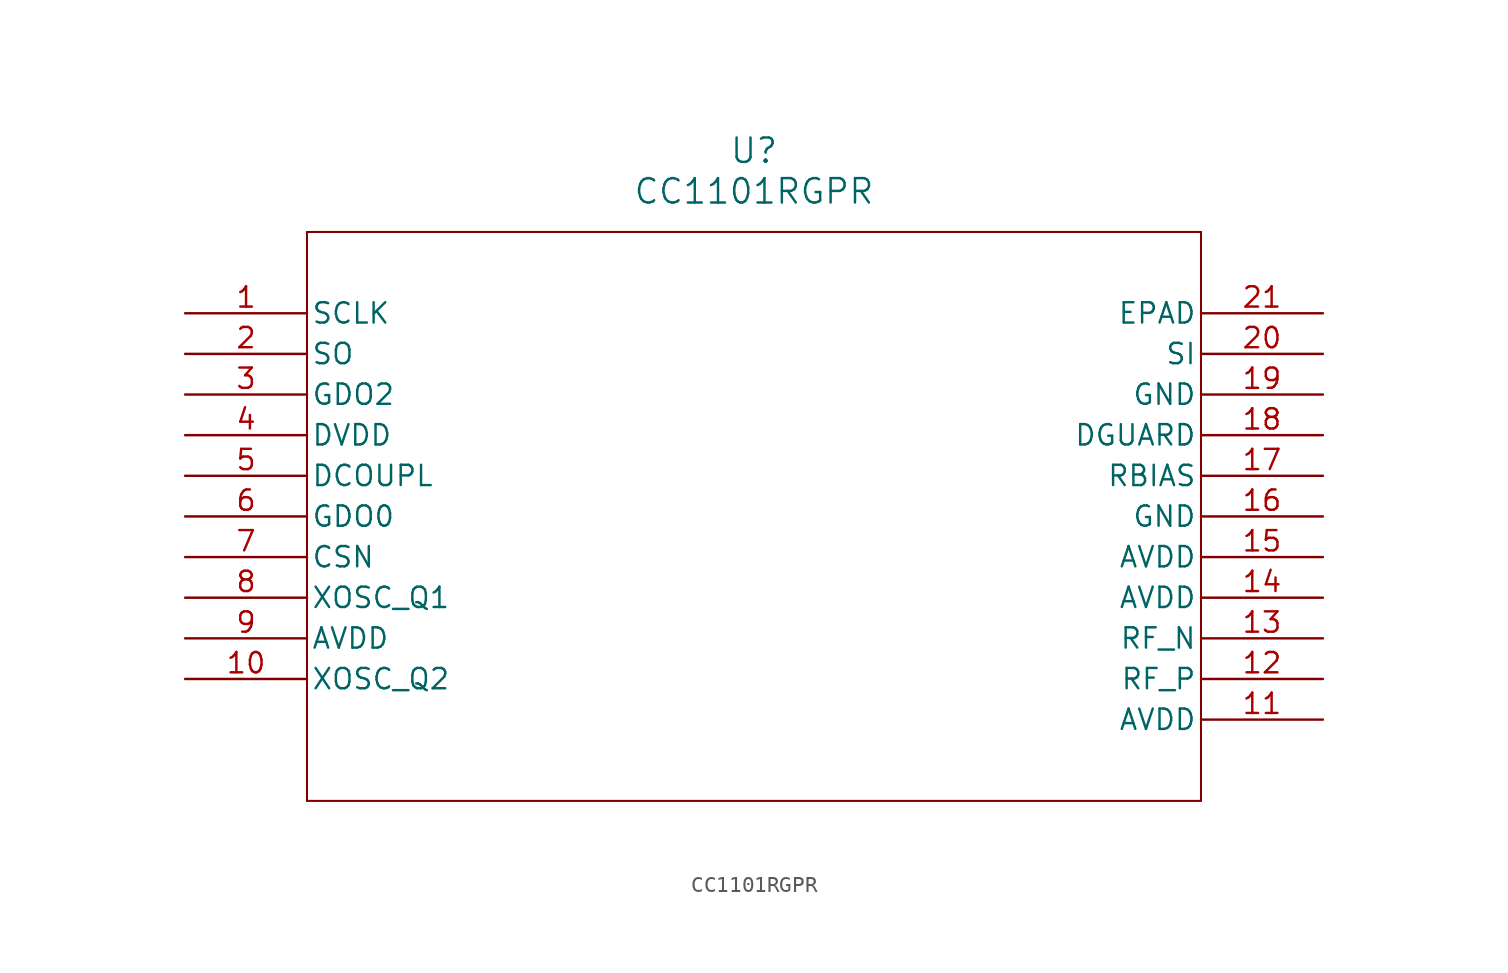
<source format=kicad_sym>
(kicad_symbol_lib
  (version 20211014)
  (generator kicad_symbol_editor)
  (symbol "CC1101RGPR"
    (pin_names
      (offset 0.254))
    (property "Reference" "U"
      (at 35.56 10.16 0)
      (effects (font (size 1.524 1.524))))
    (property "Value" "CC1101RGPR"
      (at 35.56 7.62 0)
      (effects (font (size 1.524 1.524))))
    (symbol "CC1101RGPR_0_1"
      (polyline (pts (xy 7.62 5.08) (xy 7.62 -30.48)) (stroke (width 0.127) (type default) (color 0 0 0 0)) (fill (type none)))
      (polyline (pts (xy 7.62 -30.48) (xy 63.5 -30.48)) (stroke (width 0.127) (type default) (color 0 0 0 0)) (fill (type none)))
      (polyline (pts (xy 63.5 -30.48) (xy 63.5 5.08)) (stroke (width 0.127) (type default) (color 0 0 0 0)) (fill (type none)))
      (polyline (pts (xy 63.5 5.08) (xy 7.62 5.08)) (stroke (width 0.127) (type default) (color 0 0 0 0)) (fill (type none)))
      (pin unspecified line (at 0 0 0) (length 7.62) (name "SCLK" (effects (font (size 1.27 1.27)))) (number "1" (effects (font (size 1.27 1.27)))))
      (pin output line (at 0 -2.54 0) (length 7.62) (name "SO" (effects (font (size 1.27 1.27)))) (number "2" (effects (font (size 1.27 1.27)))))
      (pin output line (at 0 -5.08 0) (length 7.62) (name "GDO2" (effects (font (size 1.27 1.27)))) (number "3" (effects (font (size 1.27 1.27)))))
      (pin power_in line (at 0 -7.62 0) (length 7.62) (name "DVDD" (effects (font (size 1.27 1.27)))) (number "4" (effects (font (size 1.27 1.27)))))
      (pin power_in line (at 0 -10.16 0) (length 7.62) (name "DCOUPL" (effects (font (size 1.27 1.27)))) (number "5" (effects (font (size 1.27 1.27)))))
      (pin bidirectional line (at 0 -12.7 0) (length 7.62) (name "GDO0" (effects (font (size 1.27 1.27)))) (number "6" (effects (font (size 1.27 1.27)))))
      (pin input line (at 0 -15.24 0) (length 7.62) (name "CSN" (effects (font (size 1.27 1.27)))) (number "7" (effects (font (size 1.27 1.27)))))
      (pin bidirectional line (at 0 -17.78 0) (length 7.62) (name "XOSC_Q1" (effects (font (size 1.27 1.27)))) (number "8" (effects (font (size 1.27 1.27)))))
      (pin power_in line (at 0 -20.32 0) (length 7.62) (name "AVDD" (effects (font (size 1.27 1.27)))) (number "9" (effects (font (size 1.27 1.27)))))
      (pin bidirectional line (at 0 -22.86 0) (length 7.62) (name "XOSC_Q2" (effects (font (size 1.27 1.27)))) (number "10" (effects (font (size 1.27 1.27)))))
      (pin power_in line (at 71.12 -25.4 180) (length 7.62) (name "AVDD" (effects (font (size 1.27 1.27)))) (number "11" (effects (font (size 1.27 1.27)))))
      (pin bidirectional line (at 71.12 -22.86 180) (length 7.62) (name "RF_P" (effects (font (size 1.27 1.27)))) (number "12" (effects (font (size 1.27 1.27)))))
      (pin bidirectional line (at 71.12 -20.32 180) (length 7.62) (name "RF_N" (effects (font (size 1.27 1.27)))) (number "13" (effects (font (size 1.27 1.27)))))
      (pin power_in line (at 71.12 -17.78 180) (length 7.62) (name "AVDD" (effects (font (size 1.27 1.27)))) (number "14" (effects (font (size 1.27 1.27)))))
      (pin power_in line (at 71.12 -15.24 180) (length 7.62) (name "AVDD" (effects (font (size 1.27 1.27)))) (number "15" (effects (font (size 1.27 1.27)))))
      (pin power_in line (at 71.12 -12.7 180) (length 7.62) (name "GND" (effects (font (size 1.27 1.27)))) (number "16" (effects (font (size 1.27 1.27)))))
      (pin bidirectional line (at 71.12 -10.16 180) (length 7.62) (name "RBIAS" (effects (font (size 1.27 1.27)))) (number "17" (effects (font (size 1.27 1.27)))))
      (pin power_in line (at 71.12 -7.62 180) (length 7.62) (name "DGUARD" (effects (font (size 1.27 1.27)))) (number "18" (effects (font (size 1.27 1.27)))))
      (pin power_in line (at 71.12 -5.08 180) (length 7.62) (name "GND" (effects (font (size 1.27 1.27)))) (number "19" (effects (font (size 1.27 1.27)))))
      (pin input line (at 71.12 -2.54 180) (length 7.62) (name "SI" (effects (font (size 1.27 1.27)))) (number "20" (effects (font (size 1.27 1.27)))))
      (pin power_in line (at 71.12 0 180) (length 7.62) (name "EPAD" (effects (font (size 1.27 1.27)))) (number "21" (effects (font (size 1.27 1.27))))))))
</source>
